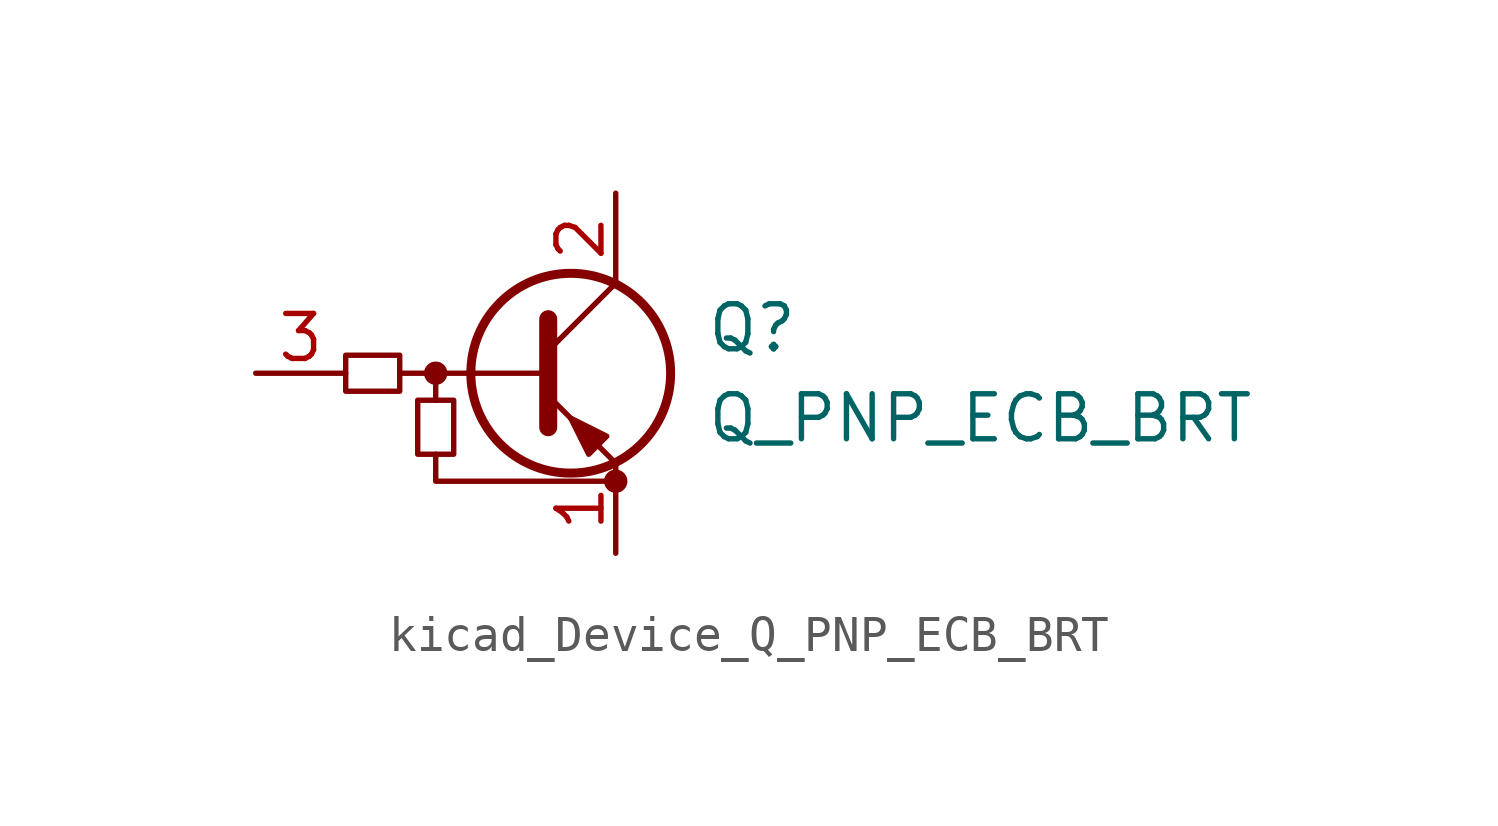
<source format=kicad_sym>
(kicad_symbol_lib
  (version 20220914)
  (generator kicad_symbol_editor)
  (symbol "kicad_Device_Q_PNP_ECB_BRT"
    (pin_names hide)
    (property "Reference" "Q"
      (at 3.81 1.27 0)
      (effects (font (size 1.27 1.27)) (justify left)))
    (property "Value" "Q_PNP_ECB_BRT"
      (at 3.81 -1.27 0)
      (effects (font (size 1.27 1.27)) (justify left)))
    (symbol "kicad_Device_Q_PNP_ECB_BRT_0_1"
      (rectangle (start -6.35 0.508) (end -4.826 -0.508) (stroke (width 0) (type default)) (fill (type none)))
      (rectangle (start -4.318 -2.286) (end -3.302 -0.762) (stroke (width 0) (type default)) (fill (type none)))
      (circle (center -3.81 0) (radius 0.254) (stroke (width 0) (type default)) (fill (type outline)))
      (polyline (pts (xy -3.81 -0.762) (xy -3.81 0)) (stroke (width 0) (type default)) (fill (type none)))
      (polyline (pts (xy -0.762 0) (xy -4.826 0)) (stroke (width 0) (type default)) (fill (type none)))
      (polyline (pts (xy -0.635 1.524) (xy -0.635 -1.524)) (stroke (width 0.508) (type default)) (fill (type none)))
      (polyline (pts (xy -3.81 -2.286) (xy -3.81 -3.048) (xy 1.27 -3.048)) (stroke (width 0) (type default)) (fill (type none)))
      (polyline (pts (xy 1.016 -1.778) (xy 0.508 -2.286) (xy 0 -1.27) (xy 1.016 -1.778) (xy 1.016 -1.778)) (stroke (width 0) (type default)) (fill (type outline)))
      (circle (center 1.27 -3.048) (radius 0.254) (stroke (width 0) (type default)) (fill (type outline))))
    (symbol "kicad_Device_Q_PNP_ECB_BRT_1_1"
      (polyline (pts (xy -0.635 0.635) (xy 1.27 2.54)) (stroke (width 0) (type default)) (fill (type none)))
      (polyline (pts (xy -0.635 -0.635) (xy 1.27 -2.54) (xy 1.27 -2.54)) (stroke (width 0) (type default)) (fill (type none)))
      (circle (center 0 0) (radius 2.819) (stroke (width 0.254) (type default)) (fill (type none)))
      (pin passive line (at 1.27 -5.08 90) (length 2.54) (name "E" (effects (font (size 1.27 1.27)))) (number "1" (effects (font (size 1.27 1.27)))))
      (pin passive line (at 1.27 5.08 270) (length 2.54) (name "C" (effects (font (size 1.27 1.27)))) (number "2" (effects (font (size 1.27 1.27)))))
      (pin input line (at -8.89 0 0) (length 2.54) (name "B" (effects (font (size 1.27 1.27)))) (number "3" (effects (font (size 1.27 1.27))))))))
</source>
